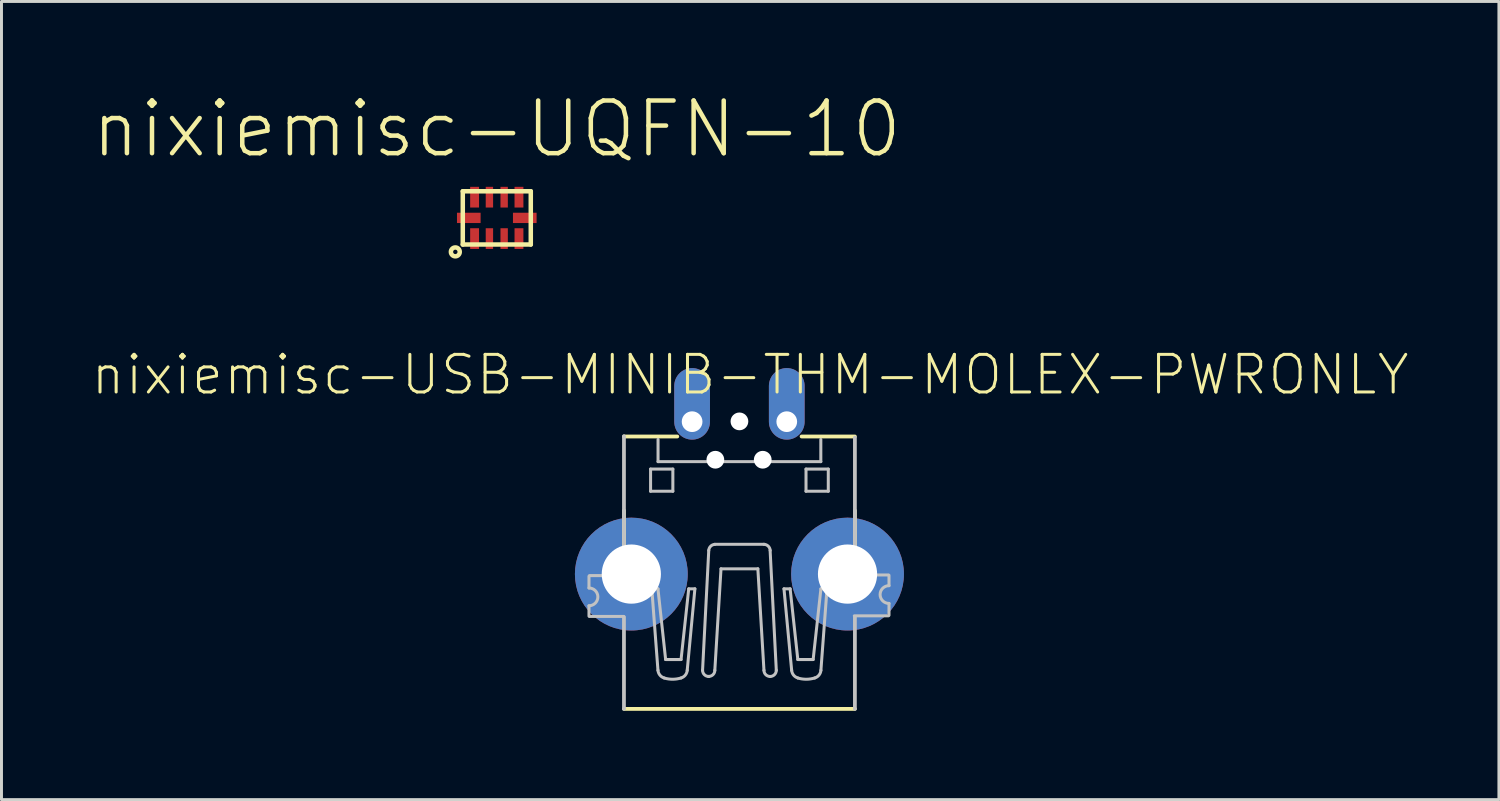
<source format=kicad_pcb>
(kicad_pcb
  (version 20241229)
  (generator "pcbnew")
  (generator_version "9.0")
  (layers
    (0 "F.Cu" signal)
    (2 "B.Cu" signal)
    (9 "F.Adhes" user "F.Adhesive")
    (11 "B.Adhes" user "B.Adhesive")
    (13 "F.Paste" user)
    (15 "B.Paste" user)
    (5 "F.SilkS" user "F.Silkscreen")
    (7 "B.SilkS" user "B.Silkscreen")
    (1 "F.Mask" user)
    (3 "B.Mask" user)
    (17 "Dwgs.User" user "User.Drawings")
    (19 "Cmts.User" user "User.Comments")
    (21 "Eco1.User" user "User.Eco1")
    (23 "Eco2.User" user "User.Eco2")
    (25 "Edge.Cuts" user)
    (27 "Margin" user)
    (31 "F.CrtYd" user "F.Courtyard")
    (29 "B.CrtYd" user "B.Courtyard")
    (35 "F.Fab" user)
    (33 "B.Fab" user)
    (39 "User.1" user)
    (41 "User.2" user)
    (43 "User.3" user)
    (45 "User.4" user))
  (footprint "nixiemisc-UQFN-10"
    (layer "F.Cu")
    (at 13.724 4.307)
    (property "Reference" "nixiemisc-UQFN-10" (at 0 -3 0) (layer "F.SilkS") (effects (font (size 1.778 1.778) (thickness 0.152))))
    (attr smd)
    (fp_line (start -1.148 -0.899) (end -1.148 0.899) (stroke (width 0.152) (type solid)) (layer "F.SilkS"))
    (fp_line (start -1.148 -0.899) (end 1.148 -0.899) (stroke (width 0.152) (type solid)) (layer "F.SilkS"))
    (fp_line (start -1.148 0.899) (end 1.148 0.899) (stroke (width 0.152) (type solid)) (layer "F.SilkS"))
    (fp_line (start 1.148 -0.899) (end 1.148 0.899) (stroke (width 0.152) (type solid)) (layer "F.SilkS"))
    (fp_circle (center -1.4 1.148) (end -1.4 0.998) (stroke (width 0.152) (type solid)) (fill no) (layer "F.SilkS"))
    (pad "1" smd rect (at -0.749 0.699 90) (size 0.699 0.3) (layers "F.Cu" "F.Mask" "F.Paste"))
    (pad "2" smd rect (at -0.249 0.699 90) (size 0.699 0.249) (layers "F.Cu" "F.Mask" "F.Paste"))
    (pad "3" smd rect (at 0.249 0.699 90) (size 0.699 0.249) (layers "F.Cu" "F.Mask" "F.Paste"))
    (pad "4" smd rect (at 0.749 0.699 90) (size 0.699 0.3) (layers "F.Cu" "F.Mask" "F.Paste"))
    (pad "5" smd rect (at 0.945 0) (size 0.798 0.348) (layers "F.Cu" "F.Mask" "F.Paste"))
    (pad "6" smd rect (at 0.749 -0.699 90) (size 0.699 0.3) (layers "F.Cu" "F.Mask" "F.Paste"))
    (pad "7" smd rect (at 0.249 -0.699 90) (size 0.699 0.249) (layers "F.Cu" "F.Mask" "F.Paste"))
    (pad "8" smd rect (at -0.249 -0.699 90) (size 0.699 0.249) (layers "F.Cu" "F.Mask" "F.Paste"))
    (pad "9" smd rect (at -0.749 -0.699 90) (size 0.699 0.3) (layers "F.Cu" "F.Mask" "F.Paste"))
    (pad "10" smd rect (at -0.945 0) (size 0.798 0.348) (layers "F.Cu" "F.Mask" "F.Paste")))
  (footprint "nixiemisc-USB-MINIB-THM-MOLEX-PWRONLY"
    (layer "F.Cu")
    (at 21.917 15.826)
    (property "Reference" "nixiemisc-USB-MINIB-THM-MOLEX-PWRONLY" (at 0.363 -6.223 0) (layer "F.SilkS") (effects (font (size 1.27 1.27) (thickness 0.102))))
    (attr exclude_from_pos_files exclude_from_bom)
    (fp_line (start -3.899 -4.138) (end -2.098 -4.138) (stroke (width 0.127) (type solid)) (layer "F.SilkS"))
    (fp_line (start -3.899 1.059) (end -3.899 -1.638) (stroke (width 0.127) (type solid)) (layer "F.SilkS"))
    (fp_line (start -3.899 5.06) (end 3.899 5.06) (stroke (width 0.127) (type solid)) (layer "F.SilkS"))
    (fp_line (start -1.036 3.965) (end -1.036 3.965) (stroke (width 0.102) (type solid)) (layer "F.SilkS"))
    (fp_line (start 2.098 -4.138) (end 3.899 -4.138) (stroke (width 0.127) (type solid)) (layer "F.SilkS"))
    (fp_line (start 3.899 -1.638) (end 3.899 0.46) (stroke (width 0.127) (type solid)) (layer "F.SilkS"))
    (fp_line (start -5.08 0.579) (end -5.08 0.978) (stroke (width 0.102) (type solid)) (layer "Dwgs.User"))
    (fp_line (start -5.08 1.928) (end -5.08 1.58) (stroke (width 0.102) (type solid)) (layer "Dwgs.User"))
    (fp_line (start -5.06 0.559) (end -3.909 0.559) (stroke (width 0.102) (type solid)) (layer "Dwgs.User"))
    (fp_line (start -3.909 1.938) (end -5.06 1.938) (stroke (width 0.102) (type solid)) (layer "Dwgs.User"))
    (fp_line (start -3.899 0.549) (end -3.899 -4.148) (stroke (width 0.127) (type solid)) (layer "Dwgs.User"))
    (fp_line (start -3.899 5.06) (end -3.899 1.958) (stroke (width 0.127) (type solid)) (layer "Dwgs.User"))
    (fp_line (start -3 -3.038) (end -2.248 -3.038) (stroke (width 0.102) (type solid)) (layer "Dwgs.User"))
    (fp_line (start -3 -2.289) (end -3 -3.038) (stroke (width 0.102) (type solid)) (layer "Dwgs.User"))
    (fp_line (start -2.959 1.006) (end -2.751 3.757) (stroke (width 0.102) (type solid)) (layer "Dwgs.User"))
    (fp_line (start -2.751 1.006) (end -2.959 1.006) (stroke (width 0.102) (type solid)) (layer "Dwgs.User"))
    (fp_line (start -2.748 -4.039) (end -2.748 -3.289) (stroke (width 0.102) (type solid)) (layer "Dwgs.User"))
    (fp_line (start -2.748 -3.289) (end 2.748 -3.289) (stroke (width 0.102) (type solid)) (layer "Dwgs.User"))
    (fp_line (start -2.492 3.393) (end -2.751 1.006) (stroke (width 0.102) (type solid)) (layer "Dwgs.User"))
    (fp_line (start -2.248 -3.038) (end -2.248 -2.289) (stroke (width 0.102) (type solid)) (layer "Dwgs.User"))
    (fp_line (start -2.248 -2.289) (end -3 -2.289) (stroke (width 0.102) (type solid)) (layer "Dwgs.User"))
    (fp_line (start -1.971 3.393) (end -2.492 3.393) (stroke (width 0.102) (type solid)) (layer "Dwgs.User"))
    (fp_line (start -1.763 3.757) (end -1.504 1.006) (stroke (width 0.102) (type solid)) (layer "Dwgs.User"))
    (fp_line (start -1.712 1.006) (end -1.971 3.393) (stroke (width 0.102) (type solid)) (layer "Dwgs.User"))
    (fp_line (start -1.504 1.006) (end -1.712 1.006) (stroke (width 0.102) (type solid)) (layer "Dwgs.User"))
    (fp_line (start -1.245 3.757) (end -1.036 -0.29) (stroke (width 0.102) (type solid)) (layer "Dwgs.User"))
    (fp_line (start -0.831 3.757) (end -0.622 0.33) (stroke (width 0.102) (type solid)) (layer "Dwgs.User"))
    (fp_line (start 0.622 0.33) (end -0.622 0.33) (stroke (width 0.102) (type solid)) (layer "Dwgs.User"))
    (fp_line (start 0.828 -0.498) (end -0.831 -0.498) (stroke (width 0.102) (type solid)) (layer "Dwgs.User"))
    (fp_line (start 0.828 3.757) (end 0.622 0.33) (stroke (width 0.102) (type solid)) (layer "Dwgs.User"))
    (fp_line (start 1.245 3.757) (end 1.036 -0.29) (stroke (width 0.102) (type solid)) (layer "Dwgs.User"))
    (fp_line (start 1.504 1.006) (end 1.712 1.006) (stroke (width 0.102) (type solid)) (layer "Dwgs.User"))
    (fp_line (start 1.712 1.006) (end 1.971 3.393) (stroke (width 0.102) (type solid)) (layer "Dwgs.User"))
    (fp_line (start 1.763 3.757) (end 1.504 1.006) (stroke (width 0.102) (type solid)) (layer "Dwgs.User"))
    (fp_line (start 1.971 3.393) (end 2.489 3.393) (stroke (width 0.102) (type solid)) (layer "Dwgs.User"))
    (fp_line (start 2.248 -3.038) (end 2.248 -2.289) (stroke (width 0.102) (type solid)) (layer "Dwgs.User"))
    (fp_line (start 2.248 -2.289) (end 3 -2.289) (stroke (width 0.102) (type solid)) (layer "Dwgs.User"))
    (fp_line (start 2.489 3.393) (end 2.751 1.006) (stroke (width 0.102) (type solid)) (layer "Dwgs.User"))
    (fp_line (start 2.748 -3.289) (end 2.748 -4.039) (stroke (width 0.102) (type solid)) (layer "Dwgs.User"))
    (fp_line (start 2.751 1.006) (end 2.957 1.006) (stroke (width 0.102) (type solid)) (layer "Dwgs.User"))
    (fp_line (start 2.957 1.006) (end 2.751 3.757) (stroke (width 0.102) (type solid)) (layer "Dwgs.User"))
    (fp_line (start 3 -3.038) (end 2.248 -3.038) (stroke (width 0.102) (type solid)) (layer "Dwgs.User"))
    (fp_line (start 3 -2.289) (end 3 -3.038) (stroke (width 0.102) (type solid)) (layer "Dwgs.User"))
    (fp_line (start 3.879 0.538) (end 5.029 0.538) (stroke (width 0.102) (type solid)) (layer "Dwgs.User"))
    (fp_line (start 3.899 0.498) (end 3.899 -4.1) (stroke (width 0.127) (type solid)) (layer "Dwgs.User"))
    (fp_line (start 3.899 5.06) (end 3.899 1.958) (stroke (width 0.127) (type solid)) (layer "Dwgs.User"))
    (fp_line (start 5.029 1.918) (end 3.879 1.918) (stroke (width 0.102) (type solid)) (layer "Dwgs.User"))
    (fp_line (start 5.05 0.549) (end 5.05 0.899) (stroke (width 0.102) (type solid)) (layer "Dwgs.User"))
    (fp_line (start 5.05 1.9) (end 5.05 1.499) (stroke (width 0.102) (type solid)) (layer "Dwgs.User"))
    (fp_arc (start -5.08 0.9779) (mid -4.78028 1.27762) (end -5.08 1.57734) (stroke (width 0.1016) (type solid)) (layer "Dwgs.User"))
    (fp_arc (start -2.54254 4.01574) (mid -2.686403 3.918044) (end -2.750193 3.756267) (stroke (width 0.1016) (type solid)) (layer "Dwgs.User"))
    (fp_arc (start -1.97104 4.01574) (mid -2.255382 4.059036) (end -2.539958 4.017306) (stroke (width 0.1016) (type solid)) (layer "Dwgs.User"))
    (fp_arc (start -1.76276 3.75666) (mid -1.826881 3.918722) (end -1.971177 4.016467) (stroke (width 0.1016) (type solid)) (layer "Dwgs.User"))
    (fp_arc (start -1.03632 -0.28956) (mid -0.972121 -0.43206) (end -0.829227 -0.495374) (stroke (width 0.1016) (type solid)) (layer "Dwgs.User"))
    (fp_arc (start -1.03632 3.96494) (mid -1.183596 3.903936) (end -1.2446 3.75666) (stroke (width 0.1016) (type solid)) (layer "Dwgs.User"))
    (fp_arc (start -0.83058 3.75666) (mid -0.89084 3.90214) (end -1.03632 3.9624) (stroke (width 0.1016) (type solid)) (layer "Dwgs.User"))
    (fp_arc (start 0.82804 -0.49784) (mid 0.972882 -0.434688) (end 1.03864 -0.29101) (stroke (width 0.1016) (type solid)) (layer "Dwgs.User"))
    (fp_arc (start 1.03632 3.96494) (mid 0.889044 3.903936) (end 0.82804 3.75666) (stroke (width 0.1016) (type solid)) (layer "Dwgs.User"))
    (fp_arc (start 1.2446 3.75666) (mid 1.183596 3.903936) (end 1.03632 3.96494) (stroke (width 0.1016) (type solid)) (layer "Dwgs.User"))
    (fp_arc (start 1.97104 4.01574) (mid 1.827177 3.918044) (end 1.763387 3.756267) (stroke (width 0.1016) (type solid)) (layer "Dwgs.User"))
    (fp_arc (start 2.54254 4.01574) (mid 2.258198 4.059036) (end 1.973622 4.017306) (stroke (width 0.1016) (type solid)) (layer "Dwgs.User"))
    (fp_arc (start 2.75082 3.75666) (mid 2.686699 3.918722) (end 2.542403 4.016467) (stroke (width 0.1016) (type solid)) (layer "Dwgs.User"))
    (fp_arc (start 5.04952 1.4986) (mid 4.7498 1.19888) (end 5.04952 0.89916) (stroke (width 0.1016) (type solid)) (layer "Dwgs.User"))
    (pad "" np_thru_hole circle (at -0.813 -3.353) (size 0.599 0.599) (drill 0.599) (layers "*.Cu" "*.Mask"))
    (pad "" np_thru_hole circle (at 0 -4.648) (size 0.599 0.599) (drill 0.599) (layers "*.Cu" "*.Mask"))
    (pad "" np_thru_hole circle (at 0.787 -3.353) (size 0.599 0.599) (drill 0.599) (layers "*.Cu" "*.Mask"))
    (pad "GND" thru_hole oval (at 1.598 -4.638 180) (size 1.206 2.416) (drill 0.699 (offset 0 0.602)) (layers "*.Cu" "*.Mask"))
    (pad "GND1" thru_hole circle (at -3.65 0.508) (size 3.81 3.81) (drill 1.999) (layers "*.Cu" "*.Mask"))
    (pad "GND4" thru_hole circle (at 3.65 0.508) (size 3.81 3.81) (drill 1.999) (layers "*.Cu" "*.Mask"))
    (pad "VBUS" thru_hole oval (at -1.598 -4.638 180) (size 1.206 2.416) (drill 0.699 (offset 0 0.602)) (layers "*.Cu" "*.Mask")))
  (gr_rect
    (start -3 -3)
    (end 47.561 23.949)
    (stroke (width 0.1) (type default))
    (fill no)
    (layer "Edge.Cuts")))
</source>
